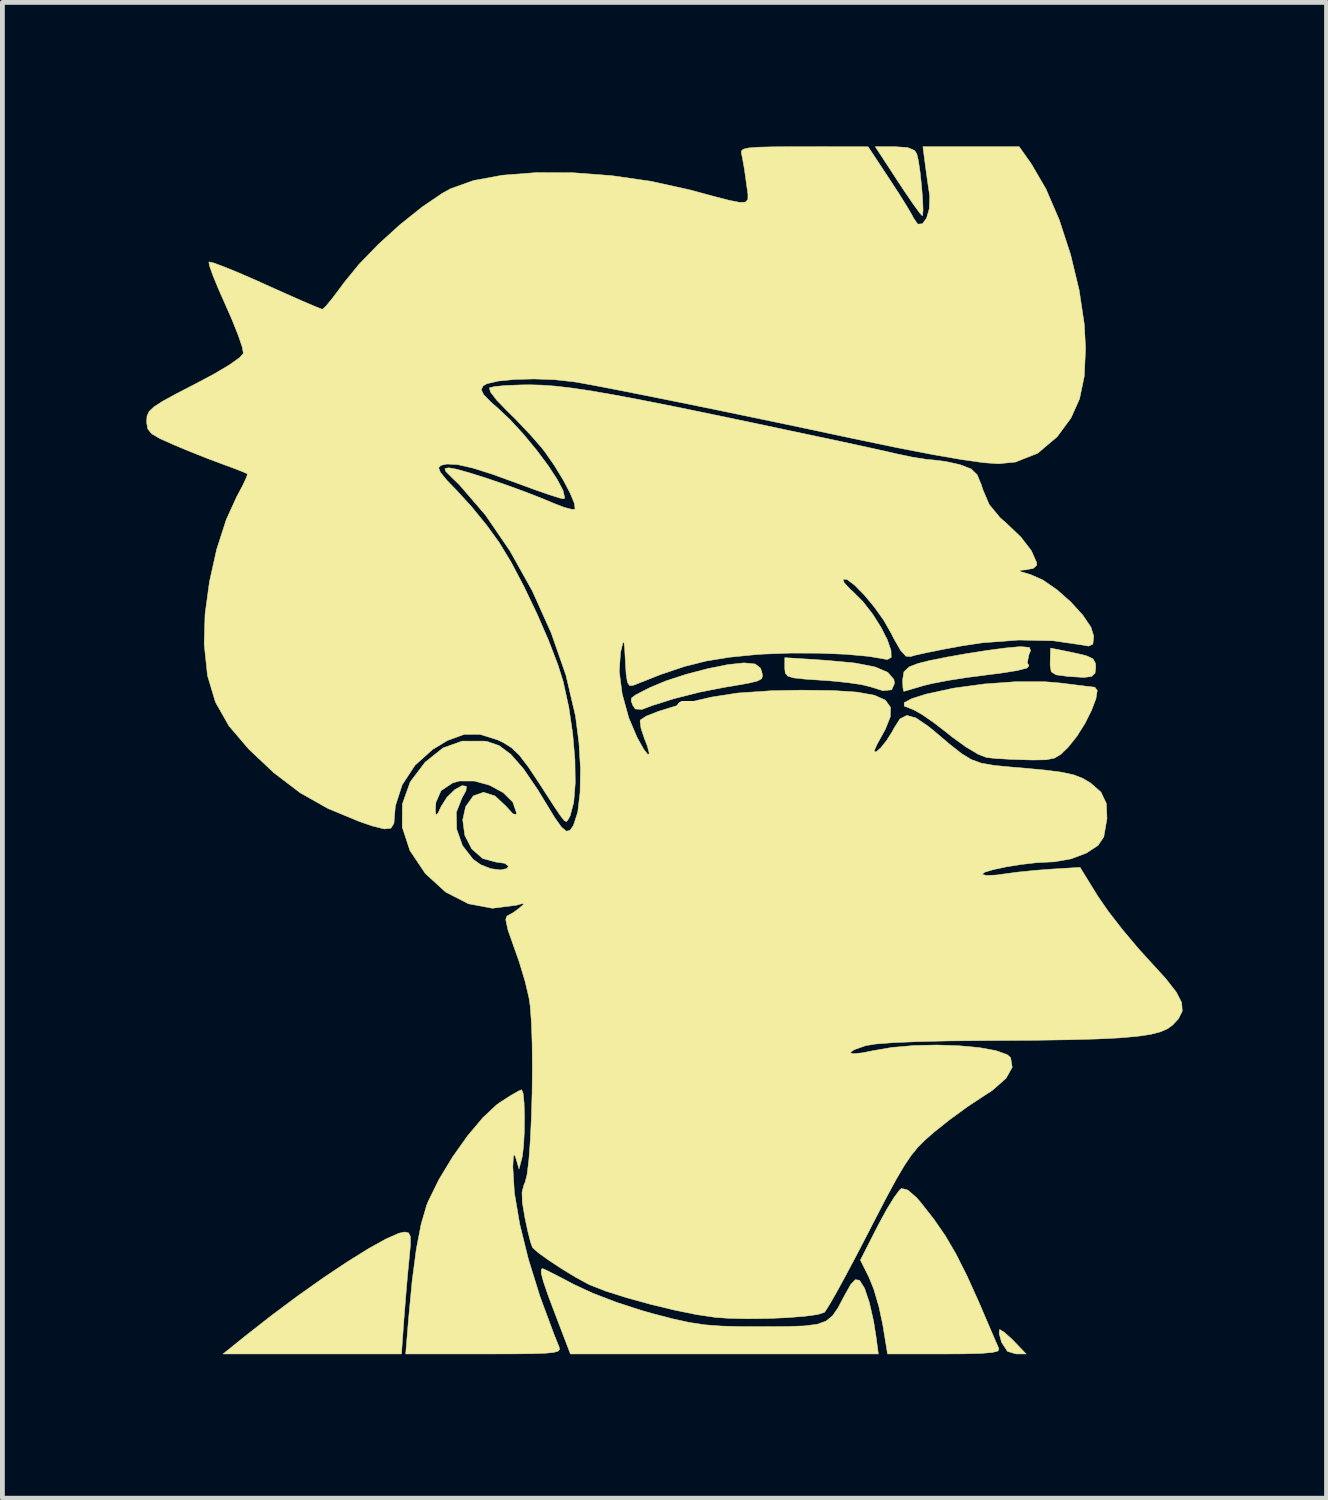
<source format=kicad_pcb>
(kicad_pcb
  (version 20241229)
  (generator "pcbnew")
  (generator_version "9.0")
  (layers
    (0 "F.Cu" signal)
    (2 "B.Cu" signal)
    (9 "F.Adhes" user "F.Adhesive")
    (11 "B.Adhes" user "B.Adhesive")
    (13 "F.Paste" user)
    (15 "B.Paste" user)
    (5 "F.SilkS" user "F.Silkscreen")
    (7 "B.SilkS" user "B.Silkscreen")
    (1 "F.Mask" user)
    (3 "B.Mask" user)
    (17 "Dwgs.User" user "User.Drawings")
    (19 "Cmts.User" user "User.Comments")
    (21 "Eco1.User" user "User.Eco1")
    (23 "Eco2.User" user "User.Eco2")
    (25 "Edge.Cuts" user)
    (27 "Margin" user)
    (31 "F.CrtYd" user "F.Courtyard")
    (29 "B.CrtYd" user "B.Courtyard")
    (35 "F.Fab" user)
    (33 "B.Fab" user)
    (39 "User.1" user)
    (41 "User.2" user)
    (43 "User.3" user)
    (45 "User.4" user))
  (footprint "Fry"
    (layer "F.Cu")
    (at 12.534 12.536)
    (property "Reference" "Fry" (at 0 0 0) (layer "F.SilkS") (effects (font (size 1.524 1.524) (thickness 0.3))))
    (attr through_hole)
    (fp_poly (pts (xy 5.333 12.163) (xy 5.488 12.303) (xy 5.546 12.361) (xy 5.789 12.615) (xy 5.58 12.615) (xy 5.402 12.563) (xy 5.283 12.382) (xy 5.275 12.361) (xy 5.227 12.189) (xy 5.236 12.108) (xy 5.241 12.107) (xy 5.333 12.163)) (stroke (width 0.01) (type solid)) (fill yes) (layer "F.SilkS"))
    (fp_poly (pts (xy 6.769 -1.992) (xy 7.038 -1.93) (xy 7.18 -1.865) (xy 7.233 -1.772) (xy 7.239 -1.691) (xy 7.224 -1.564) (xy 7.154 -1.496) (xy 6.996 -1.476) (xy 6.712 -1.493) (xy 6.634 -1.5) (xy 6.412 -1.53) (xy 6.312 -1.593) (xy 6.289 -1.731) (xy 6.29 -1.81) (xy 6.298 -2.087) (xy 6.769 -1.992)) (stroke (width 0.01) (type solid)) (fill yes) (layer "F.SilkS"))
    (fp_poly (pts (xy 3.32 -12.513) (xy 3.465 -12.452) (xy 3.511 -12.383) (xy 3.546 -12.234) (xy 3.581 -11.994) (xy 3.611 -11.712) (xy 3.633 -11.436) (xy 3.642 -11.215) (xy 3.633 -11.099) (xy 3.626 -11.091) (xy 3.566 -11.158) (xy 3.437 -11.336) (xy 3.258 -11.598) (xy 3.117 -11.811) (xy 2.647 -12.531) (xy 3.05 -12.531) (xy 3.32 -12.513)) (stroke (width 0.01) (type solid)) (fill yes) (layer "F.SilkS"))
    (fp_poly (pts (xy -7.074 10.093) (xy -7.036 10.169) (xy -7.035 10.343) (xy -7.059 10.604) (xy -7.093 10.952) (xy -7.13 11.383) (xy -7.164 11.813) (xy -7.169 11.874) (xy -7.222 12.615) (xy -10.938 12.615) (xy -10.485 12.25) (xy -9.939 11.822) (xy -9.388 11.411) (xy -8.854 11.033) (xy -8.355 10.7) (xy -7.913 10.424) (xy -7.547 10.221) (xy -7.277 10.101) (xy -7.156 10.075) (xy -7.074 10.093)) (stroke (width 0.01) (type solid)) (fill yes) (layer "F.SilkS"))
    (fp_poly (pts (xy 1.662 -1.829) (xy 2.231 -1.775) (xy 2.643 -1.694) (xy 2.907 -1.582) (xy 3.033 -1.436) (xy 3.048 -1.352) (xy 2.988 -1.218) (xy 2.806 -1.2) (xy 2.54 -1.282) (xy 2.362 -1.326) (xy 2.067 -1.369) (xy 1.706 -1.405) (xy 1.545 -1.416) (xy 1.179 -1.441) (xy 0.949 -1.466) (xy 0.824 -1.504) (xy 0.773 -1.564) (xy 0.762 -1.658) (xy 0.762 -1.676) (xy 0.762 -1.888) (xy 1.662 -1.829)) (stroke (width 0.01) (type solid)) (fill yes) (layer "F.SilkS"))
    (fp_poly (pts (xy 0.144 -1.756) (xy 0.254 -1.672) (xy 0.28 -1.603) (xy 0.299 -1.513) (xy 0.281 -1.45) (xy 0.197 -1.403) (xy 0.019 -1.359) (xy -0.282 -1.305) (xy -0.508 -1.268) (xy -1.017 -1.168) (xy -1.541 -1.035) (xy -2.007 -0.888) (xy -2.212 -0.81) (xy -2.352 -0.819) (xy -2.404 -0.896) (xy -2.438 -0.987) (xy -2.43 -1.047) (xy -2.348 -1.11) (xy -2.161 -1.207) (xy -2.046 -1.265) (xy -1.713 -1.404) (xy -1.292 -1.541) (xy -0.842 -1.659) (xy -0.424 -1.743) (xy -0.098 -1.778) (xy -0.081 -1.778) (xy 0.144 -1.756)) (stroke (width 0.01) (type solid)) (fill yes) (layer "F.SilkS"))
    (fp_poly (pts (xy 5.857 -2.101) (xy 5.882 -2.032) (xy 5.849 -1.96) (xy 5.813 -1.782) (xy 5.848 -1.721) (xy 5.81 -1.673) (xy 5.608 -1.62) (xy 5.247 -1.563) (xy 4.981 -1.53) (xy 4.552 -1.474) (xy 4.143 -1.41) (xy 3.809 -1.345) (xy 3.646 -1.304) (xy 3.416 -1.236) (xy 3.267 -1.193) (xy 3.239 -1.186) (xy 3.223 -1.259) (xy 3.217 -1.426) (xy 3.244 -1.594) (xy 3.353 -1.696) (xy 3.535 -1.766) (xy 3.782 -1.828) (xy 4.14 -1.9) (xy 4.556 -1.973) (xy 4.979 -2.039) (xy 5.356 -2.089) (xy 5.636 -2.115) (xy 5.697 -2.116) (xy 5.857 -2.101)) (stroke (width 0.01) (type solid)) (fill yes) (layer "F.SilkS"))
    (fp_poly (pts (xy 3.323 9.201) (xy 3.504 9.357) (xy 3.579 9.442) (xy 3.865 9.805) (xy 4.108 10.157) (xy 4.331 10.539) (xy 4.558 10.99) (xy 4.811 11.551) (xy 4.882 11.718) (xy 5.02 12.039) (xy 5.135 12.307) (xy 5.209 12.478) (xy 5.222 12.509) (xy 5.203 12.553) (xy 5.088 12.584) (xy 4.859 12.603) (xy 4.496 12.613) (xy 4.085 12.615) (xy 2.903 12.615) (xy 2.802 12.002) (xy 2.724 11.634) (xy 2.619 11.275) (xy 2.519 11.025) (xy 2.337 10.66) (xy 2.705 9.937) (xy 2.877 9.619) (xy 3.034 9.362) (xy 3.153 9.201) (xy 3.194 9.167) (xy 3.323 9.201)) (stroke (width 0.01) (type solid)) (fill yes) (layer "F.SilkS"))
    (fp_poly (pts (xy 6.519 -1.358) (xy 6.833 -1.318) (xy 7.079 -1.288) (xy 7.212 -1.273) (xy 7.219 -1.273) (xy 7.27 -1.205) (xy 7.243 -1.033) (xy 7.152 -0.792) (xy 7.016 -0.52) (xy 6.848 -0.253) (xy 6.667 -0.025) (xy 6.663 -0.021) (xy 6.515 0.123) (xy 6.38 0.204) (xy 6.204 0.239) (xy 5.932 0.244) (xy 5.804 0.241) (xy 5.464 0.23) (xy 5.158 0.212) (xy 4.964 0.192) (xy 4.787 0.123) (xy 4.531 -0.031) (xy 4.244 -0.239) (xy 4.16 -0.307) (xy 3.879 -0.525) (xy 3.626 -0.701) (xy 3.444 -0.804) (xy 3.408 -0.817) (xy 3.25 -0.879) (xy 3.249 -0.951) (xy 3.408 -1.035) (xy 3.704 -1.128) (xy 4.273 -1.252) (xy 4.917 -1.34) (xy 5.573 -1.387) (xy 6.176 -1.387) (xy 6.519 -1.358)) (stroke (width 0.01) (type solid)) (fill yes) (layer "F.SilkS"))
    (fp_poly (pts (xy -4.196 10.875) (xy -3.999 10.974) (xy -3.727 11.116) (xy -3.626 11.17) (xy -3.237 11.35) (xy -2.745 11.539) (xy -2.212 11.712) (xy -1.99 11.775) (xy -1.566 11.885) (xy -1.222 11.96) (xy -0.905 12.008) (xy -0.564 12.034) (xy -0.148 12.045) (xy 0.274 12.046) (xy 0.792 12.044) (xy 1.169 12.031) (xy 1.436 11.997) (xy 1.623 11.93) (xy 1.758 11.819) (xy 1.871 11.655) (xy 1.992 11.425) (xy 2.001 11.408) (xy 2.134 11.17) (xy 2.231 11.068) (xy 2.315 11.08) (xy 2.322 11.086) (xy 2.423 11.246) (xy 2.522 11.539) (xy 2.611 11.93) (xy 2.663 12.255) (xy 2.711 12.615) (xy -3.703 12.615) (xy -4.01 11.812) (xy -4.169 11.39) (xy -4.267 11.103) (xy -4.311 10.93) (xy -4.307 10.85) (xy -4.282 10.837) (xy -4.196 10.875)) (stroke (width 0.01) (type solid)) (fill yes) (layer "F.SilkS"))
    (fp_poly (pts (xy -4.688 7.189) (xy -4.668 7.388) (xy -4.66 7.664) (xy -4.663 7.97) (xy -4.677 8.26) (xy -4.703 8.488) (xy -4.717 8.551) (xy -4.774 8.763) (xy -4.834 8.551) (xy -4.87 8.456) (xy -4.891 8.504) (xy -4.902 8.708) (xy -4.902 8.726) (xy -4.87 9.259) (xy -4.76 9.906) (xy -4.58 10.636) (xy -4.337 11.418) (xy -4.039 12.222) (xy -3.939 12.467) (xy -3.928 12.518) (xy -3.957 12.556) (xy -4.049 12.583) (xy -4.223 12.6) (xy -4.502 12.61) (xy -4.907 12.614) (xy -5.458 12.615) (xy -5.505 12.615) (xy -7.134 12.615) (xy -7.077 11.917) (xy -7 11.098) (xy -6.913 10.434) (xy -6.813 9.914) (xy -6.699 9.523) (xy -6.666 9.44) (xy -6.443 8.985) (xy -6.159 8.515) (xy -5.843 8.07) (xy -5.526 7.693) (xy -5.237 7.423) (xy -5.186 7.387) (xy -4.957 7.238) (xy -4.784 7.138) (xy -4.718 7.112) (xy -4.688 7.189)) (stroke (width 0.01) (type solid)) (fill yes) (layer "F.SilkS"))
    (fp_poly (pts (xy 5.898 -12.171) (xy 6.203 -11.648) (xy 6.48 -11.004) (xy 6.714 -10.287) (xy 6.893 -9.545) (xy 7.001 -8.826) (xy 7.027 -8.326) (xy 6.999 -7.745) (xy 6.902 -7.279) (xy 6.724 -6.881) (xy 6.447 -6.504) (xy 6.431 -6.485) (xy 6.031 -6.146) (xy 5.565 -5.962) (xy 5.213 -5.927) (xy 4.913 -5.948) (xy 4.456 -6.012) (xy 3.849 -6.117) (xy 3.1 -6.262) (xy 2.214 -6.446) (xy 2.074 -6.476) (xy 1.355 -6.629) (xy 0.605 -6.787) (xy -0.151 -6.944) (xy -0.892 -7.097) (xy -1.594 -7.24) (xy -2.233 -7.368) (xy -2.787 -7.477) (xy -3.233 -7.563) (xy -3.546 -7.62) (xy -3.641 -7.635) (xy -4.038 -7.678) (xy -4.457 -7.693) (xy -4.858 -7.683) (xy -5.199 -7.65) (xy -5.439 -7.595) (xy -5.522 -7.549) (xy -5.56 -7.467) (xy -5.507 -7.36) (xy -5.345 -7.198) (xy -5.229 -7.098) (xy -4.961 -6.846) (xy -4.682 -6.543) (xy -4.412 -6.216) (xy -4.17 -5.893) (xy -3.978 -5.601) (xy -3.856 -5.368) (xy -3.823 -5.221) (xy -3.835 -5.196) (xy -3.921 -5.212) (xy -4.133 -5.278) (xy -4.439 -5.384) (xy -4.784 -5.511) (xy -5.331 -5.71) (xy -5.747 -5.84) (xy -6.054 -5.909) (xy -6.274 -5.921) (xy -6.398 -5.894) (xy -6.448 -5.844) (xy -6.412 -5.749) (xy -6.277 -5.583) (xy -6.056 -5.354) (xy -5.757 -5.026) (xy -5.441 -4.637) (xy -5.185 -4.283) (xy -4.935 -3.871) (xy -4.666 -3.36) (xy -4.399 -2.801) (xy -4.157 -2.244) (xy -3.963 -1.738) (xy -3.853 -1.386) (xy -3.736 -0.851) (xy -3.655 -0.299) (xy -3.609 0.238) (xy -3.602 0.724) (xy -3.634 1.124) (xy -3.707 1.403) (xy -3.731 1.449) (xy -3.763 1.503) (xy -3.792 1.527) (xy -3.837 1.499) (xy -3.914 1.4) (xy -4.042 1.21) (xy -4.238 0.907) (xy -4.346 0.738) (xy -4.581 0.386) (xy -4.763 0.148) (xy -4.927 -0.01) (xy -5.103 -0.121) (xy -5.227 -0.178) (xy -5.589 -0.291) (xy -5.918 -0.289) (xy -6.263 -0.163) (xy -6.573 0.024) (xy -6.941 0.355) (xy -7.208 0.762) (xy -7.349 1.201) (xy -7.364 1.376) (xy -7.379 1.564) (xy -7.442 1.664) (xy -7.581 1.68) (xy -7.826 1.619) (xy -8.087 1.53) (xy -8.75 1.256) (xy -9.331 0.928) (xy -9.88 0.51) (xy -10.402 0.018) (xy -10.817 -0.468) (xy -11.097 -0.963) (xy -11.262 -1.514) (xy -11.331 -2.169) (xy -11.331 -2.174) (xy -11.313 -2.794) (xy -11.221 -3.47) (xy -11.07 -4.147) (xy -10.87 -4.766) (xy -10.655 -5.237) (xy -10.527 -5.478) (xy -10.446 -5.652) (xy -10.43 -5.716) (xy -10.517 -5.756) (xy -10.717 -5.834) (xy -10.922 -5.909) (xy -11.253 -6.033) (xy -11.646 -6.189) (xy -11.958 -6.319) (xy -12.254 -6.451) (xy -12.425 -6.552) (xy -12.506 -6.651) (xy -12.528 -6.778) (xy -12.529 -6.816) (xy -12.521 -6.924) (xy -12.478 -7.016) (xy -12.377 -7.112) (xy -12.194 -7.23) (xy -11.905 -7.388) (xy -11.536 -7.578) (xy -11.126 -7.796) (xy -10.804 -7.987) (xy -10.593 -8.137) (xy -10.515 -8.227) (xy -10.538 -8.357) (xy -10.622 -8.603) (xy -10.751 -8.927) (xy -10.883 -9.227) (xy -11.037 -9.575) (xy -11.155 -9.863) (xy -11.223 -10.06) (xy -11.233 -10.131) (xy -11.145 -10.113) (xy -10.932 -10.035) (xy -10.621 -9.908) (xy -10.241 -9.743) (xy -10.056 -9.659) (xy -9.652 -9.478) (xy -9.305 -9.324) (xy -9.041 -9.211) (xy -8.891 -9.151) (xy -8.868 -9.144) (xy -8.797 -9.208) (xy -8.657 -9.378) (xy -8.474 -9.622) (xy -8.421 -9.695) (xy -8.105 -10.082) (xy -7.7 -10.5) (xy -7.248 -10.91) (xy -6.79 -11.276) (xy -6.37 -11.561) (xy -6.195 -11.657) (xy -5.72 -11.826) (xy -5.117 -11.937) (xy -4.415 -11.991) (xy -3.646 -11.988) (xy -2.839 -11.927) (xy -2.025 -11.81) (xy -1.235 -11.636) (xy -1.211 -11.63) (xy -0.734 -11.501) (xy -0.398 -11.414) (xy -0.18 -11.371) (xy -0.058 -11.376) (xy -0.007 -11.43) (xy -0.005 -11.537) (xy -0.028 -11.7) (xy -0.039 -11.778) (xy -0.079 -12.064) (xy -0.12 -12.297) (xy -0.139 -12.383) (xy -0.143 -12.438) (xy -0.103 -12.478) (xy 0.005 -12.504) (xy 0.204 -12.52) (xy 0.518 -12.528) (xy 0.969 -12.53) (xy 1.158 -12.53) (xy 2.498 -12.529) (xy 2.945 -11.852) (xy 3.145 -11.545) (xy 3.31 -11.281) (xy 3.416 -11.099) (xy 3.441 -11.048) (xy 3.531 -10.918) (xy 3.629 -10.925) (xy 3.715 -11.042) (xy 3.772 -11.239) (xy 3.781 -11.488) (xy 3.771 -11.57) (xy 3.735 -11.814) (xy 3.694 -12.11) (xy 3.686 -12.171) (xy 3.639 -12.531) (xy 5.644 -12.531) (xy 5.898 -12.171)) (stroke (width 0.01) (type solid)) (fill yes) (layer "F.SilkS"))
    (fp_poly (pts (xy -4.292 -7.564) (xy -4.008 -7.543) (xy -3.677 -7.504) (xy -3.283 -7.446) (xy -2.806 -7.363) (xy -2.231 -7.255) (xy -1.54 -7.118) (xy -0.715 -6.948) (xy 0.085 -6.781) (xy 0.834 -6.622) (xy 1.439 -6.494) (xy 1.92 -6.392) (xy 2.299 -6.31) (xy 2.597 -6.245) (xy 2.835 -6.192) (xy 3.033 -6.147) (xy 3.096 -6.132) (xy 3.415 -6.065) (xy 3.706 -6.019) (xy 3.858 -6.005) (xy 4.107 -5.975) (xy 4.396 -5.911) (xy 4.436 -5.899) (xy 4.645 -5.818) (xy 4.768 -5.699) (xy 4.857 -5.486) (xy 4.882 -5.4) (xy 5.019 -5.079) (xy 5.246 -4.803) (xy 5.385 -4.681) (xy 5.682 -4.397) (xy 5.898 -4.116) (xy 6.005 -3.875) (xy 6.011 -3.814) (xy 5.938 -3.747) (xy 5.779 -3.717) (xy 5.655 -3.706) (xy 5.672 -3.68) (xy 5.842 -3.63) (xy 5.879 -3.62) (xy 6.141 -3.503) (xy 6.434 -3.3) (xy 6.722 -3.045) (xy 6.969 -2.774) (xy 7.139 -2.522) (xy 7.197 -2.335) (xy 7.179 -2.169) (xy 7.09 -2.128) (xy 6.964 -2.151) (xy 6.35 -2.24) (xy 5.636 -2.255) (xy 4.873 -2.197) (xy 4.445 -2.132) (xy 4.056 -2.06) (xy 3.721 -1.993) (xy 3.479 -1.939) (xy 3.379 -1.91) (xy 3.286 -1.918) (xy 3.179 -2.033) (xy 3.038 -2.277) (xy 2.976 -2.4) (xy 2.822 -2.668) (xy 2.626 -2.943) (xy 2.415 -3.197) (xy 2.217 -3.398) (xy 2.059 -3.516) (xy 1.972 -3.524) (xy 2 -3.447) (xy 2.127 -3.311) (xy 2.182 -3.263) (xy 2.394 -3.05) (xy 2.594 -2.792) (xy 2.767 -2.518) (xy 2.899 -2.257) (xy 2.974 -2.039) (xy 2.979 -1.893) (xy 2.898 -1.848) (xy 2.879 -1.852) (xy 2.519 -1.914) (xy 2.036 -1.958) (xy 1.478 -1.981) (xy 0.89 -1.983) (xy 0.318 -1.962) (xy 0.156 -1.951) (xy -0.398 -1.896) (xy -0.875 -1.818) (xy -1.332 -1.703) (xy -1.826 -1.536) (xy -2.388 -1.314) (xy -2.467 -1.303) (xy -2.515 -1.371) (xy -2.543 -1.551) (xy -2.558 -1.792) (xy -2.573 -2.077) (xy -2.587 -2.208) (xy -2.609 -2.198) (xy -2.644 -2.062) (xy -2.66 -1.992) (xy -2.686 -1.603) (xy -2.625 -1.132) (xy -2.488 -0.636) (xy -2.316 -0.23) (xy -2.177 0.019) (xy -2.088 0.132) (xy -2.06 0.106) (xy -2.105 -0.061) (xy -2.161 -0.202) (xy -2.233 -0.418) (xy -2.252 -0.568) (xy -2.245 -0.59) (xy -2.126 -0.669) (xy -1.869 -0.77) (xy -1.5 -0.884) (xy -1.048 -1.001) (xy -0.762 -1.067) (xy -0.22 -1.151) (xy 0.481 -1.199) (xy 1.101 -1.211) (xy 1.763 -1.203) (xy 2.269 -1.17) (xy 2.63 -1.105) (xy 2.858 -1.002) (xy 2.964 -0.854) (xy 2.96 -0.656) (xy 2.858 -0.399) (xy 2.787 -0.27) (xy 2.682 -0.078) (xy 2.627 0.045) (xy 2.625 0.058) (xy 2.665 0.076) (xy 2.763 -0.011) (xy 2.887 -0.168) (xy 3.005 -0.356) (xy 3.037 -0.418) (xy 3.161 -0.613) (xy 3.305 -0.685) (xy 3.495 -0.632) (xy 3.758 -0.452) (xy 3.88 -0.352) (xy 4.204 -0.078) (xy 4.445 0.111) (xy 4.646 0.234) (xy 4.853 0.309) (xy 5.111 0.355) (xy 5.465 0.39) (xy 5.749 0.413) (xy 6.212 0.457) (xy 6.544 0.501) (xy 6.783 0.554) (xy 6.966 0.625) (xy 7.124 0.718) (xy 7.347 0.912) (xy 7.46 1.149) (xy 7.473 1.464) (xy 7.406 1.847) (xy 7.287 2.023) (xy 7.045 2.182) (xy 6.725 2.303) (xy 6.373 2.365) (xy 6.275 2.369) (xy 6.003 2.383) (xy 5.69 2.419) (xy 5.379 2.469) (xy 5.111 2.526) (xy 4.927 2.58) (xy 4.869 2.626) (xy 4.87 2.627) (xy 4.967 2.649) (xy 5.174 2.639) (xy 5.311 2.62) (xy 5.614 2.579) (xy 5.996 2.541) (xy 6.313 2.517) (xy 6.912 2.48) (xy 7.283 3.082) (xy 7.501 3.398) (xy 7.797 3.779) (xy 8.125 4.169) (xy 8.357 4.425) (xy 8.696 4.796) (xy 8.917 5.079) (xy 9.029 5.297) (xy 9.041 5.474) (xy 8.961 5.635) (xy 8.841 5.764) (xy 8.734 5.842) (xy 8.586 5.906) (xy 8.381 5.959) (xy 8.102 6) (xy 7.734 6.032) (xy 7.262 6.055) (xy 6.67 6.071) (xy 5.943 6.082) (xy 5.064 6.087) (xy 4.92 6.088) (xy 4.159 6.095) (xy 3.518 6.11) (xy 3.01 6.132) (xy 2.648 6.16) (xy 2.444 6.194) (xy 2.205 6.279) (xy 2.122 6.338) (xy 2.184 6.362) (xy 2.379 6.343) (xy 2.603 6.298) (xy 2.999 6.23) (xy 3.452 6.191) (xy 3.929 6.18) (xy 4.396 6.196) (xy 4.819 6.235) (xy 5.163 6.298) (xy 5.394 6.381) (xy 5.466 6.443) (xy 5.499 6.645) (xy 5.371 6.873) (xy 5.089 7.122) (xy 4.902 7.244) (xy 4.566 7.466) (xy 4.189 7.741) (xy 3.865 8) (xy 3.686 8.157) (xy 3.533 8.31) (xy 3.392 8.483) (xy 3.246 8.701) (xy 3.077 8.988) (xy 2.871 9.37) (xy 2.611 9.871) (xy 2.518 10.053) (xy 2.268 10.535) (xy 2.039 10.967) (xy 1.843 11.326) (xy 1.693 11.588) (xy 1.602 11.731) (xy 1.587 11.748) (xy 1.448 11.793) (xy 1.178 11.83) (xy 0.818 11.859) (xy 0.406 11.877) (xy -0.019 11.882) (xy -0.417 11.872) (xy -0.677 11.854) (xy -1.063 11.798) (xy -1.533 11.702) (xy -2.04 11.58) (xy -2.535 11.443) (xy -2.97 11.305) (xy -3.295 11.178) (xy -3.344 11.154) (xy -3.602 11.013) (xy -3.889 10.838) (xy -4.163 10.657) (xy -4.379 10.501) (xy -4.492 10.399) (xy -4.493 10.397) (xy -4.534 10.282) (xy -4.592 10.053) (xy -4.649 9.786) (xy -4.704 9.461) (xy -4.711 9.246) (xy -4.67 9.089) (xy -4.649 9.047) (xy -4.606 8.882) (xy -4.569 8.58) (xy -4.539 8.174) (xy -4.516 7.697) (xy -4.501 7.18) (xy -4.496 6.655) (xy -4.5 6.157) (xy -4.515 5.716) (xy -4.541 5.366) (xy -4.564 5.207) (xy -4.647 4.854) (xy -4.771 4.443) (xy -4.888 4.113) (xy -5.005 3.781) (xy -5.05 3.57) (xy -5.027 3.496) (xy -4.892 3.421) (xy -4.775 3.335) (xy -4.672 3.244) (xy -4.708 3.235) (xy -4.826 3.268) (xy -5.328 3.332) (xy -5.829 3.238) (xy -6.303 2.994) (xy -6.724 2.61) (xy -7.046 2.13) (xy -7.206 1.642) (xy -7.204 1.298) (xy -6.516 1.298) (xy -6.503 1.394) (xy -6.459 1.349) (xy -6.396 1.213) (xy -6.274 1.02) (xy -6.113 0.863) (xy -5.96 0.778) (xy -5.868 0.792) (xy -5.879 0.884) (xy -5.96 1.029) (xy -6.08 1.335) (xy -6.072 1.685) (xy -5.951 2.027) (xy -5.731 2.311) (xy -5.572 2.425) (xy -5.362 2.507) (xy -5.16 2.534) (xy -5.022 2.504) (xy -4.995 2.455) (xy -5.069 2.396) (xy -5.246 2.371) (xy -5.25 2.371) (xy -5.532 2.295) (xy -5.758 2.095) (xy -5.903 1.812) (xy -5.946 1.489) (xy -5.885 1.215) (xy -5.725 0.991) (xy -5.512 0.916) (xy -5.273 0.993) (xy -5.045 1.206) (xy -4.9 1.366) (xy -4.833 1.377) (xy -4.827 1.343) (xy -4.903 1.121) (xy -5.103 0.923) (xy -5.385 0.77) (xy -5.702 0.682) (xy -6.012 0.681) (xy -6.157 0.722) (xy -6.398 0.883) (xy -6.505 1.127) (xy -6.516 1.298) (xy -7.204 1.298) (xy -7.203 1.161) (xy -7.039 0.699) (xy -6.728 0.289) (xy -6.355 -0.008) (xy -5.956 -0.15) (xy -5.491 -0.149) (xy -5.435 -0.141) (xy -5.19 -0.057) (xy -4.944 0.126) (xy -4.681 0.427) (xy -4.384 0.863) (xy -4.236 1.106) (xy -4.032 1.441) (xy -3.889 1.643) (xy -3.788 1.727) (xy -3.712 1.71) (xy -3.64 1.607) (xy -3.638 1.603) (xy -3.55 1.327) (xy -3.502 0.924) (xy -3.493 0.431) (xy -3.525 -0.115) (xy -3.597 -0.672) (xy -3.796 -1.522) (xy -4.103 -2.403) (xy -4.497 -3.279) (xy -4.961 -4.11) (xy -5.473 -4.859) (xy -6.014 -5.487) (xy -6.162 -5.63) (xy -6.3 -5.769) (xy -6.316 -5.829) (xy -6.232 -5.842) (xy -6.074 -5.813) (xy -5.796 -5.735) (xy -5.439 -5.622) (xy -5.04 -5.485) (xy -4.639 -5.339) (xy -4.274 -5.196) (xy -4.087 -5.117) (xy -3.842 -5.021) (xy -3.666 -4.975) (xy -3.606 -4.982) (xy -3.619 -5.099) (xy -3.708 -5.314) (xy -3.853 -5.589) (xy -4.033 -5.885) (xy -4.226 -6.163) (xy -4.304 -6.263) (xy -4.541 -6.534) (xy -4.83 -6.839) (xy -5.035 -7.042) (xy -5.236 -7.249) (xy -5.364 -7.415) (xy -5.392 -7.505) (xy -5.391 -7.507) (xy -5.282 -7.535) (xy -5.046 -7.557) (xy -4.724 -7.569) (xy -4.547 -7.571) (xy -4.292 -7.564)) (stroke (width 0.01) (type solid)) (fill yes) (layer "F.SilkS")))
  (gr_rect
    (start -3 -3)
    (end 24.58 28.156)
    (stroke (width 0.1) (type default))
    (fill no)
    (layer "Edge.Cuts")))
</source>
